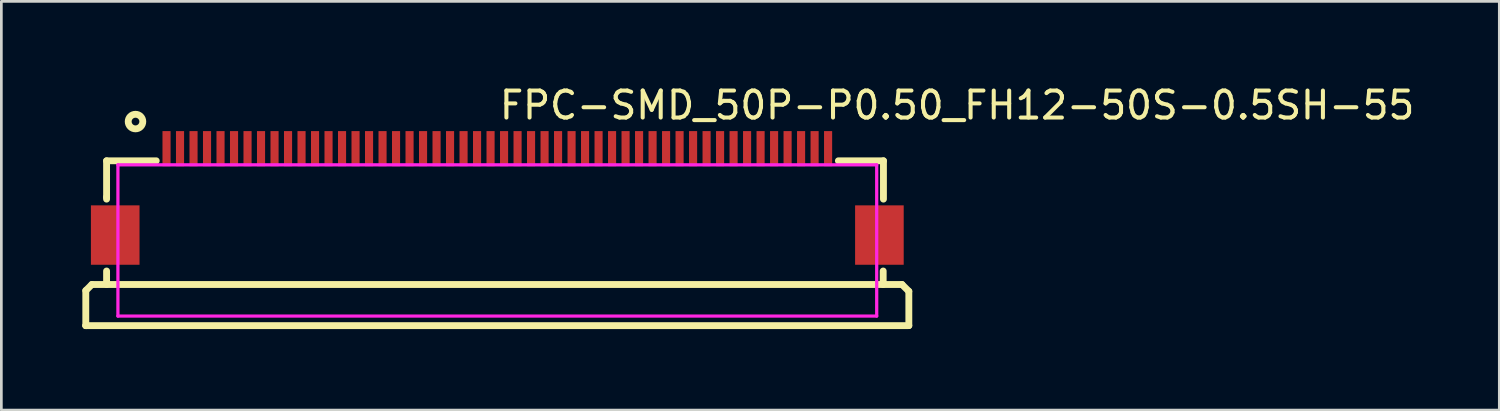
<source format=kicad_pcb>
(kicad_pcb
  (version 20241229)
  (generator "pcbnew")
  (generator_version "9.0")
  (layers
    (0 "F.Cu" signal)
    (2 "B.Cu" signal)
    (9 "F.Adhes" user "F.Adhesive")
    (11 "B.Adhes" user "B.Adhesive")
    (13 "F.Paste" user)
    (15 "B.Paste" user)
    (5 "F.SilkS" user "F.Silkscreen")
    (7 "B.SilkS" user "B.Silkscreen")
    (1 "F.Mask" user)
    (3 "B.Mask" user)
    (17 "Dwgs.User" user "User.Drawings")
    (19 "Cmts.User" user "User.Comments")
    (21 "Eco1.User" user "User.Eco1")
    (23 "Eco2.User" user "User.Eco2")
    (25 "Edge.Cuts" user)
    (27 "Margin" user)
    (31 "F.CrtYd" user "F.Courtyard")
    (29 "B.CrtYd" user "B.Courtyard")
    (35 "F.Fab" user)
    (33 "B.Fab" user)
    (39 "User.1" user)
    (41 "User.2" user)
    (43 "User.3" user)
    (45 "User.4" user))
  (footprint "FPC-SMD_50P-P0.50_FH12-50S-0.5SH-55"
    (layer "F.Cu")
    (at 15.367 4.055)
    (property "Reference" "FPC-SMD_50P-P0.50_FH12-50S-0.5SH-55" (at 0 -3.207 0) (layer "F.SilkS") (effects (font (size 1 1) (thickness 0.15)) (justify left)))
    (attr through_hole)
    (fp_line (start -15.24 3.656) (end -15.014 3.43) (stroke (width 0.254) (type solid)) (layer "F.SilkS"))
    (fp_line (start -15.24 4.954) (end -15.24 3.656) (stroke (width 0.254) (type solid)) (layer "F.SilkS"))
    (fp_line (start -15.24 4.954) (end -15.22 4.955) (stroke (width 0.254) (type solid)) (layer "F.SilkS"))
    (fp_line (start -15.014 3.43) (end 14.986 3.43) (stroke (width 0.254) (type solid)) (layer "F.SilkS"))
    (fp_line (start -14.47 -1.15) (end -12.631 -1.15) (stroke (width 0.254) (type solid)) (layer "F.SilkS"))
    (fp_line (start -14.47 0.195) (end -14.47 -1.15) (stroke (width 0.254) (type solid)) (layer "F.SilkS"))
    (fp_line (start -14.47 0.195) (end -14.47 0.269) (stroke (width 0.254) (type solid)) (layer "F.SilkS"))
    (fp_line (start -14.47 2.931) (end -14.47 3.43) (stroke (width 0.254) (type solid)) (layer "F.SilkS"))
    (fp_line (start 12.631 -1.15) (end 14.3 -1.15) (stroke (width 0.254) (type solid)) (layer "F.SilkS"))
    (fp_line (start 14.29 2.931) (end 14.29 3.43) (stroke (width 0.254) (type solid)) (layer "F.SilkS"))
    (fp_line (start 14.3 -1.15) (end 14.3 0.269) (stroke (width 0.254) (type solid)) (layer "F.SilkS"))
    (fp_line (start 15.24 3.683) (end 14.986 3.43) (stroke (width 0.254) (type solid)) (layer "F.SilkS"))
    (fp_line (start 15.24 4.954) (end -15.24 4.954) (stroke (width 0.254) (type solid)) (layer "F.SilkS"))
    (fp_line (start 15.24 4.954) (end 15.24 3.683) (stroke (width 0.254) (type solid)) (layer "F.SilkS"))
    (fp_circle (center -13.399 -2.603) (end -13.129 -2.603) (stroke (width 0.254) (type solid)) (fill no) (layer "F.SilkS"))
    (fp_circle (center -14.55 -1.8) (end -14.52 -1.8) (stroke (width 0.06) (type solid)) (fill no) (layer "Eco2.User"))
    (fp_poly (pts (xy -14.55 1) (xy -13.95 1) (xy -13.95 2.2) (xy -14.55 2.2)) (stroke (width 0.12) (type solid)) (fill no) (layer "Eco2.User"))
    (fp_poly (pts (xy -12.35 -1.8) (xy -12.15 -1.8) (xy -12.15 -0.95) (xy -12.35 -0.95)) (stroke (width 0.12) (type solid)) (fill no) (layer "Eco2.User"))
    (fp_poly (pts (xy -11.85 -1.8) (xy -11.65 -1.8) (xy -11.65 -0.95) (xy -11.85 -0.95)) (stroke (width 0.12) (type solid)) (fill no) (layer "Eco2.User"))
    (fp_poly (pts (xy -11.35 -1.8) (xy -11.15 -1.8) (xy -11.15 -0.95) (xy -11.35 -0.95)) (stroke (width 0.12) (type solid)) (fill no) (layer "Eco2.User"))
    (fp_poly (pts (xy -10.85 -1.8) (xy -10.65 -1.8) (xy -10.65 -0.95) (xy -10.85 -0.95)) (stroke (width 0.12) (type solid)) (fill no) (layer "Eco2.User"))
    (fp_poly (pts (xy -10.35 -1.8) (xy -10.15 -1.8) (xy -10.15 -0.95) (xy -10.35 -0.95)) (stroke (width 0.12) (type solid)) (fill no) (layer "Eco2.User"))
    (fp_poly (pts (xy -9.85 -1.8) (xy -9.65 -1.8) (xy -9.65 -0.95) (xy -9.85 -0.95)) (stroke (width 0.12) (type solid)) (fill no) (layer "Eco2.User"))
    (fp_poly (pts (xy -9.35 -1.8) (xy -9.15 -1.8) (xy -9.15 -0.95) (xy -9.35 -0.95)) (stroke (width 0.12) (type solid)) (fill no) (layer "Eco2.User"))
    (fp_poly (pts (xy -8.85 -1.8) (xy -8.65 -1.8) (xy -8.65 -0.95) (xy -8.85 -0.95)) (stroke (width 0.12) (type solid)) (fill no) (layer "Eco2.User"))
    (fp_poly (pts (xy -8.35 -1.8) (xy -8.15 -1.8) (xy -8.15 -0.95) (xy -8.35 -0.95)) (stroke (width 0.12) (type solid)) (fill no) (layer "Eco2.User"))
    (fp_poly (pts (xy -7.85 -1.8) (xy -7.65 -1.8) (xy -7.65 -0.95) (xy -7.85 -0.95)) (stroke (width 0.12) (type solid)) (fill no) (layer "Eco2.User"))
    (fp_poly (pts (xy -7.35 -1.8) (xy -7.15 -1.8) (xy -7.15 -0.95) (xy -7.35 -0.95)) (stroke (width 0.12) (type solid)) (fill no) (layer "Eco2.User"))
    (fp_poly (pts (xy -6.85 -1.8) (xy -6.65 -1.8) (xy -6.65 -0.95) (xy -6.85 -0.95)) (stroke (width 0.12) (type solid)) (fill no) (layer "Eco2.User"))
    (fp_poly (pts (xy -6.35 -1.8) (xy -6.15 -1.8) (xy -6.15 -0.95) (xy -6.35 -0.95)) (stroke (width 0.12) (type solid)) (fill no) (layer "Eco2.User"))
    (fp_poly (pts (xy -5.85 -1.8) (xy -5.65 -1.8) (xy -5.65 -0.95) (xy -5.85 -0.95)) (stroke (width 0.12) (type solid)) (fill no) (layer "Eco2.User"))
    (fp_poly (pts (xy -5.35 -1.8) (xy -5.15 -1.8) (xy -5.15 -0.95) (xy -5.35 -0.95)) (stroke (width 0.12) (type solid)) (fill no) (layer "Eco2.User"))
    (fp_poly (pts (xy -4.85 -1.8) (xy -4.65 -1.8) (xy -4.65 -0.95) (xy -4.85 -0.95)) (stroke (width 0.12) (type solid)) (fill no) (layer "Eco2.User"))
    (fp_poly (pts (xy -4.35 -1.8) (xy -4.15 -1.8) (xy -4.15 -0.95) (xy -4.35 -0.95)) (stroke (width 0.12) (type solid)) (fill no) (layer "Eco2.User"))
    (fp_poly (pts (xy -3.85 -1.8) (xy -3.65 -1.8) (xy -3.65 -0.95) (xy -3.85 -0.95)) (stroke (width 0.12) (type solid)) (fill no) (layer "Eco2.User"))
    (fp_poly (pts (xy -3.35 -1.8) (xy -3.15 -1.8) (xy -3.15 -0.95) (xy -3.35 -0.95)) (stroke (width 0.12) (type solid)) (fill no) (layer "Eco2.User"))
    (fp_poly (pts (xy -2.85 -1.8) (xy -2.65 -1.8) (xy -2.65 -0.95) (xy -2.85 -0.95)) (stroke (width 0.12) (type solid)) (fill no) (layer "Eco2.User"))
    (fp_poly (pts (xy -2.35 -1.8) (xy -2.15 -1.8) (xy -2.15 -0.95) (xy -2.35 -0.95)) (stroke (width 0.12) (type solid)) (fill no) (layer "Eco2.User"))
    (fp_poly (pts (xy -1.85 -1.8) (xy -1.65 -1.8) (xy -1.65 -0.95) (xy -1.85 -0.95)) (stroke (width 0.12) (type solid)) (fill no) (layer "Eco2.User"))
    (fp_poly (pts (xy -1.35 -1.8) (xy -1.15 -1.8) (xy -1.15 -0.95) (xy -1.35 -0.95)) (stroke (width 0.12) (type solid)) (fill no) (layer "Eco2.User"))
    (fp_poly (pts (xy -0.85 -1.8) (xy -0.65 -1.8) (xy -0.65 -0.95) (xy -0.85 -0.95)) (stroke (width 0.12) (type solid)) (fill no) (layer "Eco2.User"))
    (fp_poly (pts (xy -0.35 -1.8) (xy -0.15 -1.8) (xy -0.15 -0.95) (xy -0.35 -0.95)) (stroke (width 0.12) (type solid)) (fill no) (layer "Eco2.User"))
    (fp_poly (pts (xy 0.15 -1.8) (xy 0.35 -1.8) (xy 0.35 -0.95) (xy 0.15 -0.95)) (stroke (width 0.12) (type solid)) (fill no) (layer "Eco2.User"))
    (fp_poly (pts (xy 0.65 -1.8) (xy 0.85 -1.8) (xy 0.85 -0.95) (xy 0.65 -0.95)) (stroke (width 0.12) (type solid)) (fill no) (layer "Eco2.User"))
    (fp_poly (pts (xy 1.15 -1.8) (xy 1.35 -1.8) (xy 1.35 -0.95) (xy 1.15 -0.95)) (stroke (width 0.12) (type solid)) (fill no) (layer "Eco2.User"))
    (fp_poly (pts (xy 1.65 -1.8) (xy 1.85 -1.8) (xy 1.85 -0.95) (xy 1.65 -0.95)) (stroke (width 0.12) (type solid)) (fill no) (layer "Eco2.User"))
    (fp_poly (pts (xy 2.15 -1.8) (xy 2.35 -1.8) (xy 2.35 -0.95) (xy 2.15 -0.95)) (stroke (width 0.12) (type solid)) (fill no) (layer "Eco2.User"))
    (fp_poly (pts (xy 2.65 -1.8) (xy 2.85 -1.8) (xy 2.85 -0.95) (xy 2.65 -0.95)) (stroke (width 0.12) (type solid)) (fill no) (layer "Eco2.User"))
    (fp_poly (pts (xy 3.15 -1.8) (xy 3.35 -1.8) (xy 3.35 -0.95) (xy 3.15 -0.95)) (stroke (width 0.12) (type solid)) (fill no) (layer "Eco2.User"))
    (fp_poly (pts (xy 3.65 -1.8) (xy 3.85 -1.8) (xy 3.85 -0.95) (xy 3.65 -0.95)) (stroke (width 0.12) (type solid)) (fill no) (layer "Eco2.User"))
    (fp_poly (pts (xy 4.15 -1.8) (xy 4.35 -1.8) (xy 4.35 -0.95) (xy 4.15 -0.95)) (stroke (width 0.12) (type solid)) (fill no) (layer "Eco2.User"))
    (fp_poly (pts (xy 4.65 -1.8) (xy 4.85 -1.8) (xy 4.85 -0.95) (xy 4.65 -0.95)) (stroke (width 0.12) (type solid)) (fill no) (layer "Eco2.User"))
    (fp_poly (pts (xy 5.15 -1.8) (xy 5.35 -1.8) (xy 5.35 -0.95) (xy 5.15 -0.95)) (stroke (width 0.12) (type solid)) (fill no) (layer "Eco2.User"))
    (fp_poly (pts (xy 5.65 -1.8) (xy 5.85 -1.8) (xy 5.85 -0.95) (xy 5.65 -0.95)) (stroke (width 0.12) (type solid)) (fill no) (layer "Eco2.User"))
    (fp_poly (pts (xy 6.15 -1.8) (xy 6.35 -1.8) (xy 6.35 -0.95) (xy 6.15 -0.95)) (stroke (width 0.12) (type solid)) (fill no) (layer "Eco2.User"))
    (fp_poly (pts (xy 6.65 -1.8) (xy 6.85 -1.8) (xy 6.85 -0.95) (xy 6.65 -0.95)) (stroke (width 0.12) (type solid)) (fill no) (layer "Eco2.User"))
    (fp_poly (pts (xy 7.15 -1.8) (xy 7.35 -1.8) (xy 7.35 -0.95) (xy 7.15 -0.95)) (stroke (width 0.12) (type solid)) (fill no) (layer "Eco2.User"))
    (fp_poly (pts (xy 7.65 -1.8) (xy 7.85 -1.8) (xy 7.85 -0.95) (xy 7.65 -0.95)) (stroke (width 0.12) (type solid)) (fill no) (layer "Eco2.User"))
    (fp_poly (pts (xy 8.15 -1.8) (xy 8.35 -1.8) (xy 8.35 -0.95) (xy 8.15 -0.95)) (stroke (width 0.12) (type solid)) (fill no) (layer "Eco2.User"))
    (fp_poly (pts (xy 8.65 -1.8) (xy 8.85 -1.8) (xy 8.85 -0.95) (xy 8.65 -0.95)) (stroke (width 0.12) (type solid)) (fill no) (layer "Eco2.User"))
    (fp_poly (pts (xy 9.15 -1.8) (xy 9.35 -1.8) (xy 9.35 -0.95) (xy 9.15 -0.95)) (stroke (width 0.12) (type solid)) (fill no) (layer "Eco2.User"))
    (fp_poly (pts (xy 9.65 -1.8) (xy 9.85 -1.8) (xy 9.85 -0.95) (xy 9.65 -0.95)) (stroke (width 0.12) (type solid)) (fill no) (layer "Eco2.User"))
    (fp_poly (pts (xy 10.15 -1.8) (xy 10.35 -1.8) (xy 10.35 -0.95) (xy 10.15 -0.95)) (stroke (width 0.12) (type solid)) (fill no) (layer "Eco2.User"))
    (fp_poly (pts (xy 10.65 -1.8) (xy 10.85 -1.8) (xy 10.85 -0.95) (xy 10.65 -0.95)) (stroke (width 0.12) (type solid)) (fill no) (layer "Eco2.User"))
    (fp_poly (pts (xy 11.15 -1.8) (xy 11.35 -1.8) (xy 11.35 -0.95) (xy 11.15 -0.95)) (stroke (width 0.12) (type solid)) (fill no) (layer "Eco2.User"))
    (fp_poly (pts (xy 11.65 -1.8) (xy 11.85 -1.8) (xy 11.85 -0.95) (xy 11.65 -0.95)) (stroke (width 0.12) (type solid)) (fill no) (layer "Eco2.User"))
    (fp_poly (pts (xy 12.15 -1.8) (xy 12.35 -1.8) (xy 12.35 -0.95) (xy 12.15 -0.95)) (stroke (width 0.12) (type solid)) (fill no) (layer "Eco2.User"))
    (fp_poly (pts (xy 13.95 1) (xy 14.55 1) (xy 14.55 2.2) (xy 13.95 2.2)) (stroke (width 0.12) (type solid)) (fill no) (layer "Eco2.User"))
    (fp_line (start -14.05 -1) (end 14.05 -1) (stroke (width 0.12) (type solid)) (layer "F.CrtYd"))
    (fp_line (start -14.05 4.6) (end -14.05 -1) (stroke (width 0.12) (type solid)) (layer "F.CrtYd"))
    (fp_line (start 14.05 -1) (end 14.05 4.6) (stroke (width 0.12) (type solid)) (layer "F.CrtYd"))
    (fp_line (start 14.05 4.6) (end -14.05 4.6) (stroke (width 0.12) (type solid)) (layer "F.CrtYd"))
    (pad "1" smd rect (at -12.25 -1.6) (size 0.3 1.3) (layers "F.Cu" "F.Mask" "F.Paste"))
    (pad "2" smd rect (at -11.75 -1.6) (size 0.3 1.3) (layers "F.Cu" "F.Mask" "F.Paste"))
    (pad "3" smd rect (at -11.25 -1.6) (size 0.3 1.3) (layers "F.Cu" "F.Mask" "F.Paste"))
    (pad "4" smd rect (at -10.75 -1.6) (size 0.3 1.3) (layers "F.Cu" "F.Mask" "F.Paste"))
    (pad "5" smd rect (at -10.25 -1.6) (size 0.3 1.3) (layers "F.Cu" "F.Mask" "F.Paste"))
    (pad "6" smd rect (at -9.75 -1.6) (size 0.3 1.3) (layers "F.Cu" "F.Mask" "F.Paste"))
    (pad "7" smd rect (at -9.25 -1.6) (size 0.3 1.3) (layers "F.Cu" "F.Mask" "F.Paste"))
    (pad "8" smd rect (at -8.75 -1.6) (size 0.3 1.3) (layers "F.Cu" "F.Mask" "F.Paste"))
    (pad "9" smd rect (at -8.25 -1.6) (size 0.3 1.3) (layers "F.Cu" "F.Mask" "F.Paste"))
    (pad "10" smd rect (at -7.75 -1.6) (size 0.3 1.3) (layers "F.Cu" "F.Mask" "F.Paste"))
    (pad "11" smd rect (at -7.25 -1.6) (size 0.3 1.3) (layers "F.Cu" "F.Mask" "F.Paste"))
    (pad "12" smd rect (at -6.75 -1.6) (size 0.3 1.3) (layers "F.Cu" "F.Mask" "F.Paste"))
    (pad "13" smd rect (at -6.25 -1.6) (size 0.3 1.3) (layers "F.Cu" "F.Mask" "F.Paste"))
    (pad "14" smd rect (at -5.75 -1.6) (size 0.3 1.3) (layers "F.Cu" "F.Mask" "F.Paste"))
    (pad "15" smd rect (at -5.25 -1.6) (size 0.3 1.3) (layers "F.Cu" "F.Mask" "F.Paste"))
    (pad "16" smd rect (at -4.75 -1.6) (size 0.3 1.3) (layers "F.Cu" "F.Mask" "F.Paste"))
    (pad "17" smd rect (at -4.25 -1.6) (size 0.3 1.3) (layers "F.Cu" "F.Mask" "F.Paste"))
    (pad "18" smd rect (at -3.75 -1.6) (size 0.3 1.3) (layers "F.Cu" "F.Mask" "F.Paste"))
    (pad "19" smd rect (at -3.25 -1.6) (size 0.3 1.3) (layers "F.Cu" "F.Mask" "F.Paste"))
    (pad "20" smd rect (at -2.75 -1.6) (size 0.3 1.3) (layers "F.Cu" "F.Mask" "F.Paste"))
    (pad "21" smd rect (at -2.25 -1.6) (size 0.3 1.3) (layers "F.Cu" "F.Mask" "F.Paste"))
    (pad "22" smd rect (at -1.75 -1.6) (size 0.3 1.3) (layers "F.Cu" "F.Mask" "F.Paste"))
    (pad "23" smd rect (at -1.25 -1.6) (size 0.3 1.3) (layers "F.Cu" "F.Mask" "F.Paste"))
    (pad "24" smd rect (at -0.75 -1.6) (size 0.3 1.3) (layers "F.Cu" "F.Mask" "F.Paste"))
    (pad "25" smd rect (at -0.25 -1.6) (size 0.3 1.3) (layers "F.Cu" "F.Mask" "F.Paste"))
    (pad "26" smd rect (at 0.25 -1.6) (size 0.3 1.3) (layers "F.Cu" "F.Mask" "F.Paste"))
    (pad "27" smd rect (at 0.75 -1.6) (size 0.3 1.3) (layers "F.Cu" "F.Mask" "F.Paste"))
    (pad "28" smd rect (at 1.25 -1.6) (size 0.3 1.3) (layers "F.Cu" "F.Mask" "F.Paste"))
    (pad "29" smd rect (at 1.75 -1.6) (size 0.3 1.3) (layers "F.Cu" "F.Mask" "F.Paste"))
    (pad "30" smd rect (at 2.25 -1.6) (size 0.3 1.3) (layers "F.Cu" "F.Mask" "F.Paste"))
    (pad "31" smd rect (at 2.75 -1.6) (size 0.3 1.3) (layers "F.Cu" "F.Mask" "F.Paste"))
    (pad "32" smd rect (at 3.25 -1.6) (size 0.3 1.3) (layers "F.Cu" "F.Mask" "F.Paste"))
    (pad "33" smd rect (at 3.75 -1.6) (size 0.3 1.3) (layers "F.Cu" "F.Mask" "F.Paste"))
    (pad "34" smd rect (at 4.25 -1.6) (size 0.3 1.3) (layers "F.Cu" "F.Mask" "F.Paste"))
    (pad "35" smd rect (at 4.75 -1.6) (size 0.3 1.3) (layers "F.Cu" "F.Mask" "F.Paste"))
    (pad "36" smd rect (at 5.25 -1.6) (size 0.3 1.3) (layers "F.Cu" "F.Mask" "F.Paste"))
    (pad "37" smd rect (at 5.75 -1.6) (size 0.3 1.3) (layers "F.Cu" "F.Mask" "F.Paste"))
    (pad "38" smd rect (at 6.25 -1.6) (size 0.3 1.3) (layers "F.Cu" "F.Mask" "F.Paste"))
    (pad "39" smd rect (at 6.75 -1.6) (size 0.3 1.3) (layers "F.Cu" "F.Mask" "F.Paste"))
    (pad "40" smd rect (at 7.25 -1.6) (size 0.3 1.3) (layers "F.Cu" "F.Mask" "F.Paste"))
    (pad "41" smd rect (at 7.75 -1.6) (size 0.3 1.3) (layers "F.Cu" "F.Mask" "F.Paste"))
    (pad "42" smd rect (at 8.25 -1.6) (size 0.3 1.3) (layers "F.Cu" "F.Mask" "F.Paste"))
    (pad "43" smd rect (at 8.75 -1.6) (size 0.3 1.3) (layers "F.Cu" "F.Mask" "F.Paste"))
    (pad "44" smd rect (at 9.25 -1.6) (size 0.3 1.3) (layers "F.Cu" "F.Mask" "F.Paste"))
    (pad "45" smd rect (at 9.75 -1.6) (size 0.3 1.3) (layers "F.Cu" "F.Mask" "F.Paste"))
    (pad "46" smd rect (at 10.25 -1.6) (size 0.3 1.3) (layers "F.Cu" "F.Mask" "F.Paste"))
    (pad "47" smd rect (at 10.75 -1.6) (size 0.3 1.3) (layers "F.Cu" "F.Mask" "F.Paste"))
    (pad "48" smd rect (at 11.25 -1.6) (size 0.3 1.3) (layers "F.Cu" "F.Mask" "F.Paste"))
    (pad "49" smd rect (at 11.75 -1.6) (size 0.3 1.3) (layers "F.Cu" "F.Mask" "F.Paste"))
    (pad "50" smd rect (at 12.25 -1.6) (size 0.3 1.3) (layers "F.Cu" "F.Mask" "F.Paste"))
    (pad "51" smd rect (at 14.15 1.6) (size 1.8 2.2) (layers "F.Cu" "F.Mask" "F.Paste"))
    (pad "52" smd rect (at -14.15 1.6) (size 1.8 2.2) (layers "F.Cu" "F.Mask" "F.Paste")))
  (gr_rect
    (start -3 -3)
    (end 52.474 12.137)
    (stroke (width 0.1) (type default))
    (fill no)
    (layer "Edge.Cuts")))
</source>
